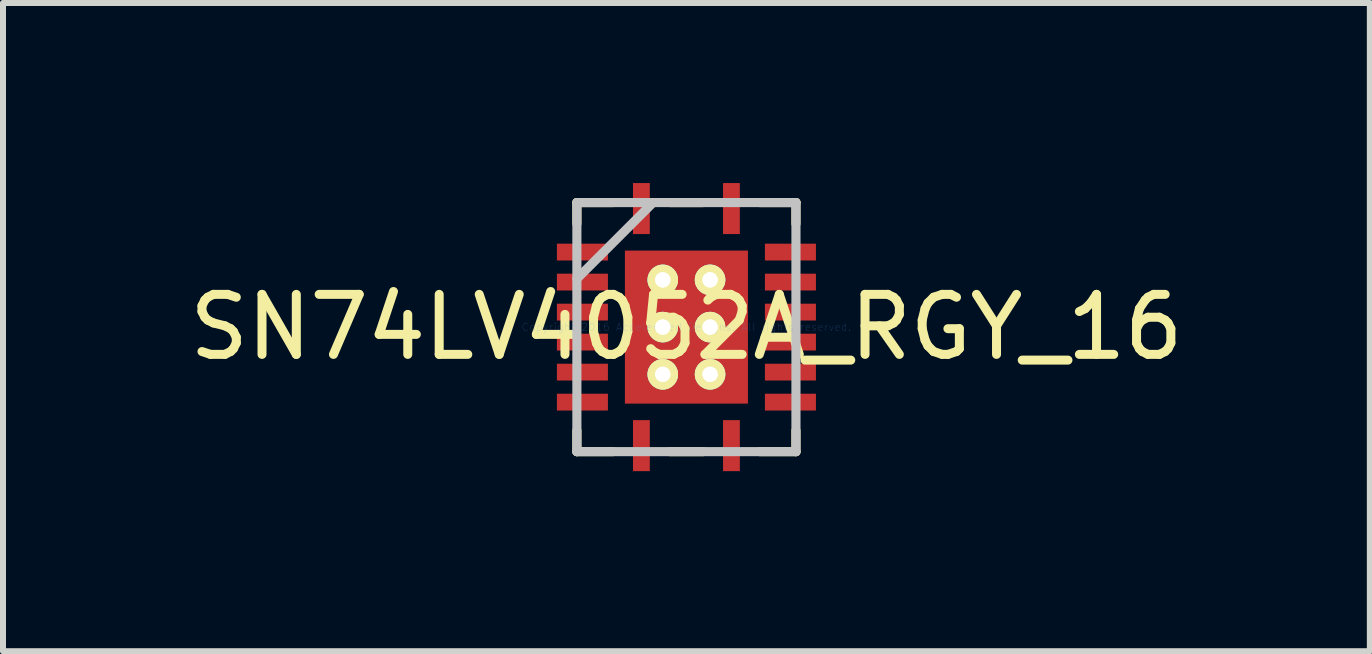
<source format=kicad_pcb>
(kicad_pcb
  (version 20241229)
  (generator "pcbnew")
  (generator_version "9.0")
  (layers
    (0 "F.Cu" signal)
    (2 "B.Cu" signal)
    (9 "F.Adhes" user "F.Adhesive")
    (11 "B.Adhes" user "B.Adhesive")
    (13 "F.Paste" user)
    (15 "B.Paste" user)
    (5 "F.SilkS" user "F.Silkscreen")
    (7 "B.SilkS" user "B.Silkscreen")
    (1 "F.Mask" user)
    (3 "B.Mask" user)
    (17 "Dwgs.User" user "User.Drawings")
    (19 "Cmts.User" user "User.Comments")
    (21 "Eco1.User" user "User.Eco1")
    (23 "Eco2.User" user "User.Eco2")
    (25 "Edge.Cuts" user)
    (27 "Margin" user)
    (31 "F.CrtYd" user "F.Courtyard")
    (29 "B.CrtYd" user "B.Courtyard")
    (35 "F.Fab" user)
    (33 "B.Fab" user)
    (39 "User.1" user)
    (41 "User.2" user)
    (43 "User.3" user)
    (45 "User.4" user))
  (footprint "SN74LV4052A_RGY_16"
    (layer "F.Cu")
    (at 8.387 2.4)
    (property "Reference" "SN74LV4052A_RGY_16" (at 0 0 0) (layer "F.SilkS") (effects (font (size 1 1) (thickness 0.15))))
    (attr through_hole)
    (fp_line (start -1.825 -2.075) (end -1.825 -1.723) (stroke (width 0.152) (type solid)) (layer "F.SilkS"))
    (fp_line (start -1.825 1.723) (end -1.825 2.075) (stroke (width 0.152) (type solid)) (layer "F.SilkS"))
    (fp_line (start -1.825 2.075) (end -1.223 2.075) (stroke (width 0.152) (type solid)) (layer "F.SilkS"))
    (fp_line (start -1.223 -2.075) (end -1.825 -2.075) (stroke (width 0.152) (type solid)) (layer "F.SilkS"))
    (fp_line (start -0.277 2.075) (end 0.277 2.075) (stroke (width 0.152) (type solid)) (layer "F.SilkS"))
    (fp_line (start 0.277 -2.075) (end -0.277 -2.075) (stroke (width 0.152) (type solid)) (layer "F.SilkS"))
    (fp_line (start 1.223 2.075) (end 1.825 2.075) (stroke (width 0.152) (type solid)) (layer "F.SilkS"))
    (fp_line (start 1.825 -2.075) (end 1.223 -2.075) (stroke (width 0.152) (type solid)) (layer "F.SilkS"))
    (fp_line (start 1.825 -1.723) (end 1.825 -2.075) (stroke (width 0.152) (type solid)) (layer "F.SilkS"))
    (fp_line (start 1.825 2.075) (end 1.825 1.723) (stroke (width 0.152) (type solid)) (layer "F.SilkS"))
    (fp_line (start -1.825 -2.075) (end -1.825 2.075) (stroke (width 0.152) (type solid)) (layer "Dwgs.User"))
    (fp_line (start -1.825 -0.805) (end -0.555 -2.075) (stroke (width 0.152) (type solid)) (layer "Dwgs.User"))
    (fp_line (start -1.825 2.075) (end 1.825 2.075) (stroke (width 0.152) (type solid)) (layer "Dwgs.User"))
    (fp_line (start 1.825 -2.075) (end -1.825 -2.075) (stroke (width 0.152) (type solid)) (layer "Dwgs.User"))
    (fp_line (start 1.825 2.075) (end 1.825 -2.075) (stroke (width 0.152) (type solid)) (layer "Dwgs.User"))
    (fp_text user "Copyright 2016 Accelerated Designs. All rights reserved." (at 0 0 0) (layer "Cmts.User") (effects (font (size 0.127 0.127) (thickness 0.002))))
    (pad "" smd circle (at -1.733 -1.25 90) (size 0.025 0.025) (layers "F.Paste"))
    (pad "" smd circle (at -1.733 -0.75 90) (size 0.025 0.025) (layers "F.Paste"))
    (pad "" smd circle (at -1.733 -0.25 90) (size 0.025 0.025) (layers "F.Paste"))
    (pad "" smd circle (at -1.733 0.25 90) (size 0.025 0.025) (layers "F.Paste"))
    (pad "" smd circle (at -1.733 0.75 90) (size 0.025 0.025) (layers "F.Paste"))
    (pad "" smd circle (at -1.733 1.25 90) (size 0.025 0.025) (layers "F.Paste"))
    (pad "" smd circle (at -0.75 -1.975) (size 0.025 0.025) (layers "F.Paste"))
    (pad "" smd circle (at -0.75 1.975) (size 0.025 0.025) (layers "F.Paste"))
    (pad "" smd rect (at 0 0) (size 0.025 0.025) (layers "F.Mask"))
    (pad "" smd rect (at 0 0) (size 0.025 0.025) (layers "F.Paste"))
    (pad "" smd circle (at 0.75 -1.975) (size 0.025 0.025) (layers "F.Paste"))
    (pad "" smd circle (at 0.75 1.975) (size 0.025 0.025) (layers "F.Paste"))
    (pad "" smd circle (at 1.733 -1.25 90) (size 0.025 0.025) (layers "F.Paste"))
    (pad "" smd circle (at 1.733 -0.75 90) (size 0.025 0.025) (layers "F.Paste"))
    (pad "" smd circle (at 1.733 -0.25 90) (size 0.025 0.025) (layers "F.Paste"))
    (pad "" smd circle (at 1.733 0.25 90) (size 0.025 0.025) (layers "F.Paste"))
    (pad "" smd circle (at 1.733 0.75 90) (size 0.025 0.025) (layers "F.Paste"))
    (pad "" smd circle (at 1.733 1.25 90) (size 0.025 0.025) (layers "F.Paste"))
    (pad "1" smd rect (at -0.75 -1.975) (size 0.28 0.85) (layers "F.Cu"))
    (pad "2" smd rect (at -1.733 -1.25 90) (size 0.28 0.85) (layers "F.Cu"))
    (pad "3" smd rect (at -1.733 -0.75 90) (size 0.28 0.85) (layers "F.Cu"))
    (pad "4" smd rect (at -1.733 -0.25 90) (size 0.28 0.85) (layers "F.Cu"))
    (pad "5" smd rect (at -1.733 0.25 90) (size 0.28 0.85) (layers "F.Cu"))
    (pad "6" smd rect (at -1.733 0.75 90) (size 0.28 0.85) (layers "F.Cu"))
    (pad "7" smd rect (at -1.733 1.25 90) (size 0.28 0.85) (layers "F.Cu"))
    (pad "8" smd rect (at -0.75 1.975) (size 0.28 0.85) (layers "F.Cu"))
    (pad "9" smd rect (at 0.75 1.975) (size 0.28 0.85) (layers "F.Cu"))
    (pad "10" smd rect (at 1.733 1.25 90) (size 0.28 0.85) (layers "F.Cu"))
    (pad "11" smd rect (at 1.733 0.75 90) (size 0.28 0.85) (layers "F.Cu"))
    (pad "12" smd rect (at 1.733 0.25 90) (size 0.28 0.85) (layers "F.Cu"))
    (pad "13" smd rect (at 1.733 -0.25 90) (size 0.28 0.85) (layers "F.Cu"))
    (pad "14" smd rect (at 1.733 -0.75 90) (size 0.28 0.85) (layers "F.Cu"))
    (pad "15" smd rect (at 1.733 -1.25 90) (size 0.28 0.85) (layers "F.Cu"))
    (pad "16" smd rect (at 0.75 -1.975) (size 0.28 0.85) (layers "F.Cu"))
    (pad "17" smd rect (at 0 0) (size 2.05 2.55) (layers "F.Cu"))
    (pad "V" thru_hole circle (at -0.394 -0.787) (size 0.508 0.508) (drill 0.254) (layers "*.Cu" "F.SilkS"))
    (pad "V" thru_hole circle (at -0.394 -0.787) (size 0.508 0.508) (drill 0.254) (layers "*.Cu" "F.SilkS"))
    (pad "V" thru_hole circle (at -0.394 0) (size 0.508 0.508) (drill 0.254) (layers "*.Cu" "F.SilkS"))
    (pad "V" thru_hole circle (at -0.394 0) (size 0.508 0.508) (drill 0.254) (layers "*.Cu" "F.SilkS"))
    (pad "V" thru_hole circle (at -0.394 0.787) (size 0.508 0.508) (drill 0.254) (layers "*.Cu" "F.SilkS"))
    (pad "V" thru_hole circle (at -0.394 0.787) (size 0.508 0.508) (drill 0.254) (layers "*.Cu" "F.SilkS"))
    (pad "V" thru_hole circle (at 0.394 -0.787) (size 0.508 0.508) (drill 0.254) (layers "*.Cu" "F.SilkS"))
    (pad "V" thru_hole circle (at 0.394 -0.787) (size 0.508 0.508) (drill 0.254) (layers "*.Cu" "F.SilkS"))
    (pad "V" thru_hole circle (at 0.394 0) (size 0.508 0.508) (drill 0.254) (layers "*.Cu" "F.SilkS"))
    (pad "V" thru_hole circle (at 0.394 0) (size 0.508 0.508) (drill 0.254) (layers "*.Cu" "F.SilkS"))
    (pad "V" thru_hole circle (at 0.394 0.787) (size 0.508 0.508) (drill 0.254) (layers "*.Cu" "F.SilkS"))
    (pad "V" thru_hole circle (at 0.394 0.787) (size 0.508 0.508) (drill 0.254) (layers "*.Cu" "F.SilkS")))
  (gr_rect
    (start -3 -3)
    (end 19.774 7.8)
    (stroke (width 0.1) (type default))
    (fill no)
    (layer "Edge.Cuts")))
</source>
